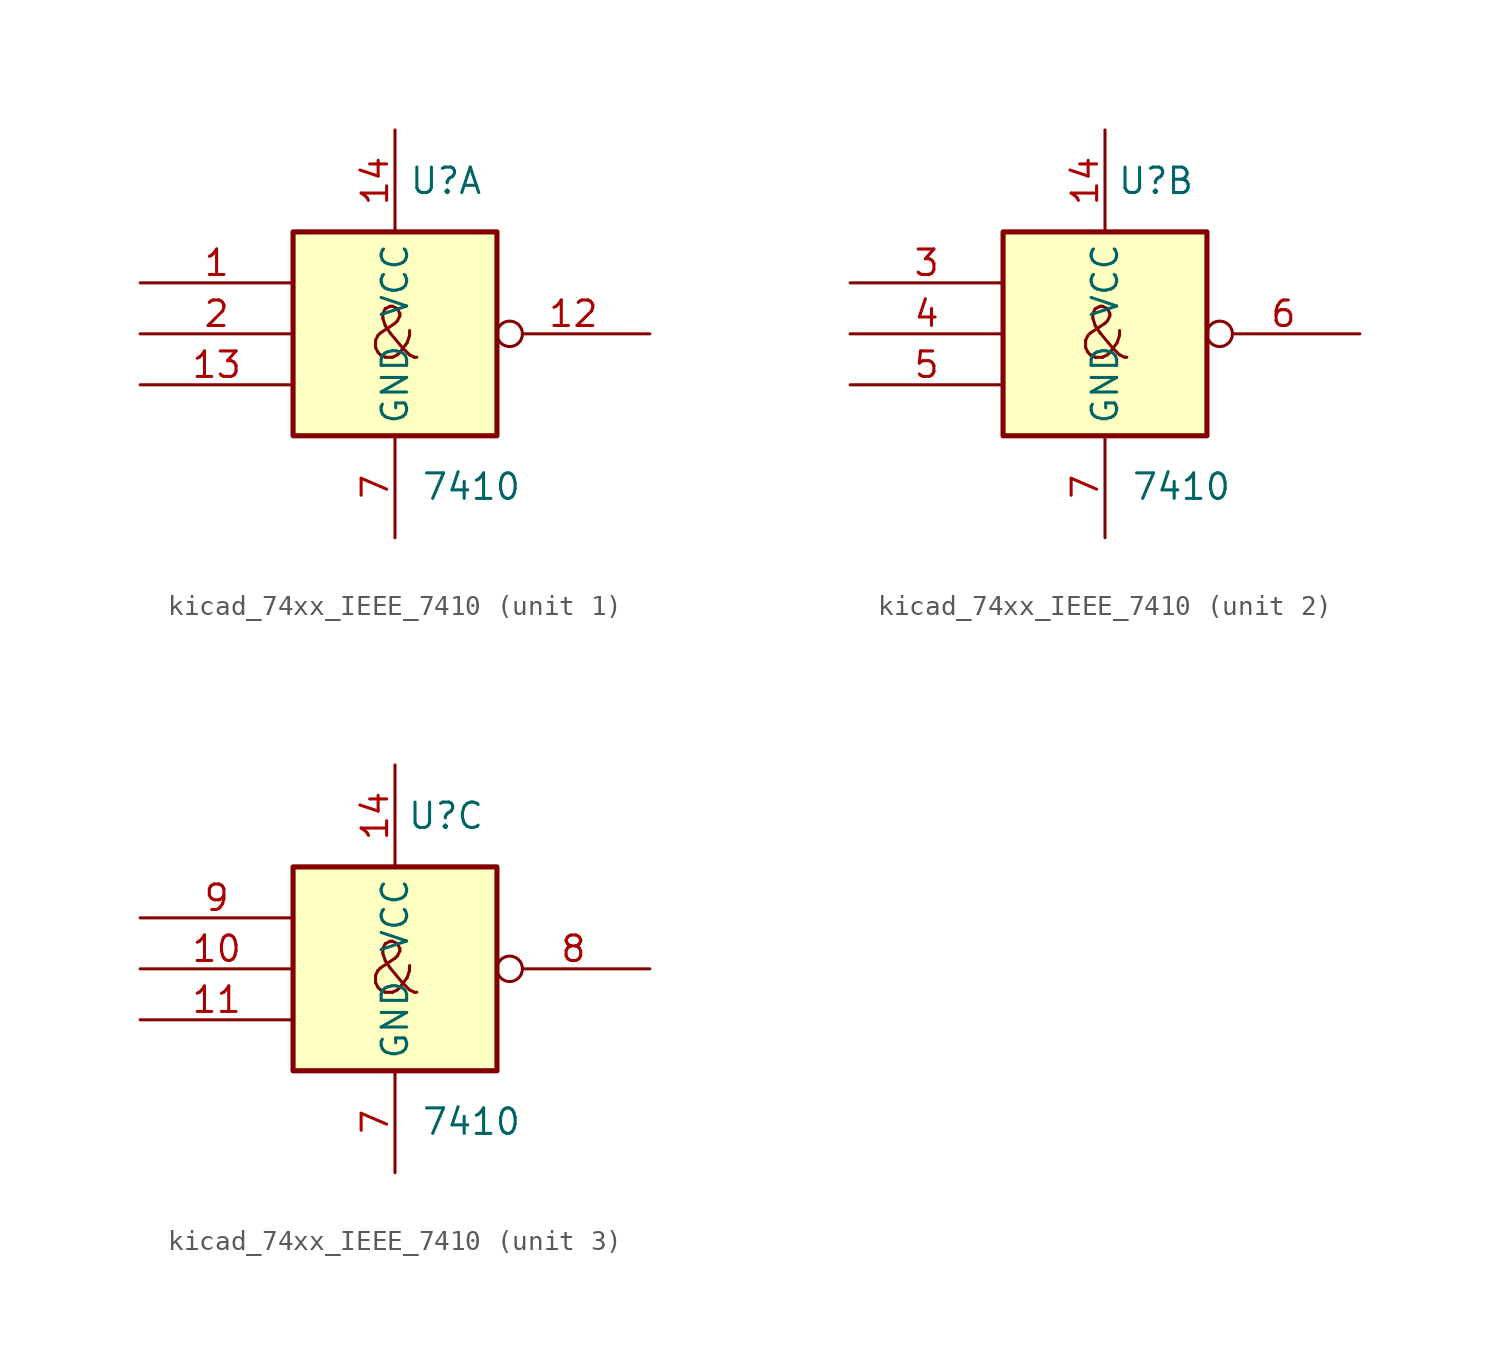
<source format=kicad_sym>
(kicad_symbol_lib
  (version 20220914)
  (generator kicad_symbol_editor)
  (symbol "kicad_74xx_IEEE_7410"
    (property "Reference" "U"
      (at 2.54 7.62 0)
      (effects (font (size 1.27 1.27))))
    (property "Value" "7410"
      (at 3.81 -7.62 0)
      (effects (font (size 1.27 1.27))))
    (symbol "kicad_74xx_IEEE_7410_0_0"
      (text "&" (at 0 0 0) (effects (font (size 2.54 2.54)))))
    (symbol "kicad_74xx_IEEE_7410_0_1"
      (rectangle (start -5.08 5.08) (end 5.08 -5.08) (stroke (width 0.254) (type default)) (fill (type background)))
      (pin power_in line (at 0 10.16 270) (length 5.08) (name "VCC" (effects (font (size 1.27 1.27)))) (number "14" (effects (font (size 1.27 1.27)))))
      (pin power_in line (at 0 -10.16 90) (length 5.08) (name "GND" (effects (font (size 1.27 1.27)))) (number "7" (effects (font (size 1.27 1.27))))))
    (symbol "kicad_74xx_IEEE_7410_1_1"
      (pin input line (at -12.7 2.54 0) (length 7.62) (name "~" (effects (font (size 1.27 1.27)))) (number "1" (effects (font (size 1.27 1.27)))))
      (pin output inverted (at 12.7 0 180) (length 7.62) (name "~" (effects (font (size 1.27 1.27)))) (number "12" (effects (font (size 1.27 1.27)))))
      (pin input line (at -12.7 -2.54 0) (length 7.62) (name "~" (effects (font (size 1.27 1.27)))) (number "13" (effects (font (size 1.27 1.27)))))
      (pin input line (at -12.7 0 0) (length 7.62) (name "~" (effects (font (size 1.27 1.27)))) (number "2" (effects (font (size 1.27 1.27))))))
    (symbol "kicad_74xx_IEEE_7410_2_1"
      (pin input line (at -12.7 2.54 0) (length 7.62) (name "~" (effects (font (size 1.27 1.27)))) (number "3" (effects (font (size 1.27 1.27)))))
      (pin input line (at -12.7 0 0) (length 7.62) (name "~" (effects (font (size 1.27 1.27)))) (number "4" (effects (font (size 1.27 1.27)))))
      (pin input line (at -12.7 -2.54 0) (length 7.62) (name "~" (effects (font (size 1.27 1.27)))) (number "5" (effects (font (size 1.27 1.27)))))
      (pin output inverted (at 12.7 0 180) (length 7.62) (name "~" (effects (font (size 1.27 1.27)))) (number "6" (effects (font (size 1.27 1.27))))))
    (symbol "kicad_74xx_IEEE_7410_3_1"
      (pin input line (at -12.7 0 0) (length 7.62) (name "~" (effects (font (size 1.27 1.27)))) (number "10" (effects (font (size 1.27 1.27)))))
      (pin input line (at -12.7 -2.54 0) (length 7.62) (name "~" (effects (font (size 1.27 1.27)))) (number "11" (effects (font (size 1.27 1.27)))))
      (pin output inverted (at 12.7 0 180) (length 7.62) (name "~" (effects (font (size 1.27 1.27)))) (number "8" (effects (font (size 1.27 1.27)))))
      (pin input line (at -12.7 2.54 0) (length 7.62) (name "~" (effects (font (size 1.27 1.27)))) (number "9" (effects (font (size 1.27 1.27))))))))
</source>
